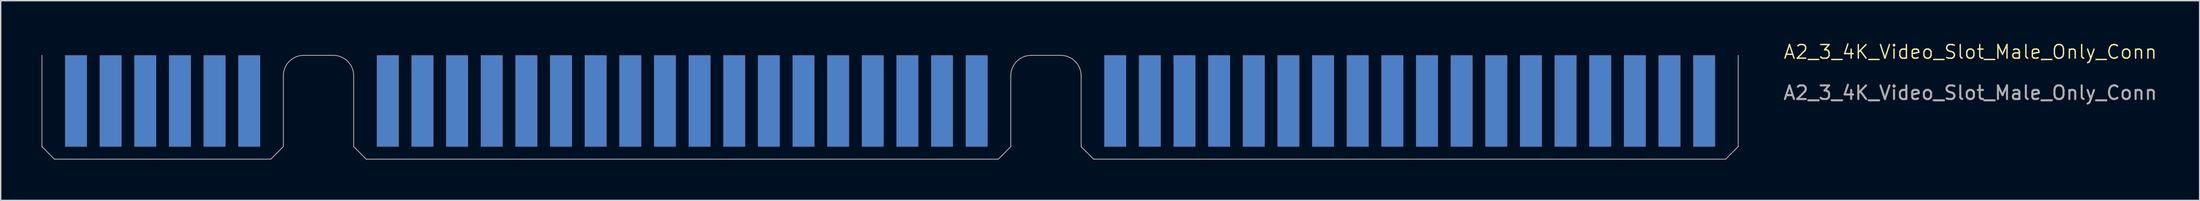
<source format=kicad_pcb>
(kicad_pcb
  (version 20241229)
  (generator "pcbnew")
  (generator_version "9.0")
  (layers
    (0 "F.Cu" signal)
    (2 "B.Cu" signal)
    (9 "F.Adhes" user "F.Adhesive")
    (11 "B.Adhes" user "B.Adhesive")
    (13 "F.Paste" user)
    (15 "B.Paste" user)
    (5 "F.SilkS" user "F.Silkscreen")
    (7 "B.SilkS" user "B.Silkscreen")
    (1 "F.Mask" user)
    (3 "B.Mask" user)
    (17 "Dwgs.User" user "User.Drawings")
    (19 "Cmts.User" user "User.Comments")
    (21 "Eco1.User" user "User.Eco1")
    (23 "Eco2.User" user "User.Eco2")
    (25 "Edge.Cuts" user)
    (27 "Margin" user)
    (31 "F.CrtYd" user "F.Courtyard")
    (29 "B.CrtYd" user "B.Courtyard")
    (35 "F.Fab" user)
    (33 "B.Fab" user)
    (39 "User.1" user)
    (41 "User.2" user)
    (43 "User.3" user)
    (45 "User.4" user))
  (footprint "A2_3_4K_Video_Slot_Male_Only_Conn"
    (layer "F.Cu")
    (at 141.425 1.26)
    (property "Reference" "A2_3_4K_Video_Slot_Male_Only_Conn" (at 0 -0.5 0) (unlocked yes) (layer "F.SilkS") (effects (font (size 1 1) (thickness 0.1))))
    (attr smd)
    (fp_line (start -141.4 6.45) (end -141.4 -0.25) (stroke (width 0.05) (type default)) (layer "Edge.Cuts"))
    (fp_line (start -140.481 7.37) (end -141.399 6.45) (stroke (width 0.05) (type default)) (layer "Edge.Cuts"))
    (fp_line (start -124.62 7.369) (end -123.701 6.45) (stroke (width 0.05) (type default)) (layer "Edge.Cuts"))
    (fp_line (start -124.62 7.37) (end -140.481 7.37) (stroke (width 0.05) (type default)) (layer "Edge.Cuts"))
    (fp_line (start -123.7 1.25) (end -123.7 6.45) (stroke (width 0.05) (type default)) (layer "Edge.Cuts"))
    (fp_line (start -120.041 -0.25) (end -122.199 -0.25) (stroke (width 0.05) (type default)) (layer "Edge.Cuts"))
    (fp_line (start -118.54 6.45) (end -118.54 1.25) (stroke (width 0.05) (type default)) (layer "Edge.Cuts"))
    (fp_line (start -117.621 7.369) (end -118.54 6.45) (stroke (width 0.05) (type default)) (layer "Edge.Cuts"))
    (fp_line (start -71.279 7.37) (end -117.621 7.37) (stroke (width 0.05) (type default)) (layer "Edge.Cuts"))
    (fp_line (start -71.279 7.37) (end -70.361 6.45) (stroke (width 0.05) (type default)) (layer "Edge.Cuts"))
    (fp_line (start -70.36 1.251) (end -70.36 6.45) (stroke (width 0.05) (type default)) (layer "Edge.Cuts"))
    (fp_line (start -66.701 -0.249) (end -68.859 -0.249) (stroke (width 0.05) (type default)) (layer "Edge.Cuts"))
    (fp_line (start -65.2 6.45) (end -65.2 1.251) (stroke (width 0.05) (type default)) (layer "Edge.Cuts"))
    (fp_line (start -64.281 7.37) (end -65.2 6.45) (stroke (width 0.05) (type default)) (layer "Edge.Cuts"))
    (fp_line (start -17.939 7.37) (end -64.281 7.37) (stroke (width 0.05) (type default)) (layer "Edge.Cuts"))
    (fp_line (start -17.939 7.37) (end -17.02 6.45) (stroke (width 0.05) (type default)) (layer "Edge.Cuts"))
    (fp_line (start -17.02 -0.25) (end -17.02 6.45) (stroke (width 0.05) (type default)) (layer "Edge.Cuts"))
    (fp_arc (start -123.69934 1.25) (mid -123.26 0.18934) (end -122.19934 -0.25) (stroke (width 0.05) (type default)) (layer "Edge.Cuts"))
    (fp_arc (start -120.04066 -0.25) (mid -118.98 0.18934) (end -118.54066 1.25) (stroke (width 0.05) (type default)) (layer "Edge.Cuts"))
    (fp_arc (start -70.35934 1.25066) (mid -69.92 0.19) (end -68.85934 -0.24934) (stroke (width 0.05) (type default)) (layer "Edge.Cuts"))
    (fp_arc (start -66.70066 -0.24934) (mid -65.64 0.19) (end -65.20066 1.25066) (stroke (width 0.05) (type default)) (layer "Edge.Cuts"))
    (fp_text user "${REFERENCE}" (at 0 2.5 0) (unlocked yes) (layer "F.Fab") (effects (font (size 1 1) (thickness 0.15))))
    (pad "F1" connect rect (at -72.86 3.1) (size 1.6 6.7) (layers "B.Cu" "B.Mask"))
    (pad "F2" connect rect (at -72.86 3.1) (size 1.6 6.7) (layers "F.Cu" "F.Mask"))
    (pad "F3" connect rect (at -75.4 3.1) (size 1.6 6.7) (layers "B.Cu" "B.Mask"))
    (pad "F4" connect rect (at -75.4 3.1) (size 1.6 6.7) (layers "F.Cu" "F.Mask"))
    (pad "F5" connect rect (at -77.94 3.1) (size 1.6 6.7) (layers "B.Cu" "B.Mask"))
    (pad "F6" connect rect (at -77.94 3.1) (size 1.6 6.7) (layers "F.Cu" "F.Mask"))
    (pad "F7" connect rect (at -80.48 3.1) (size 1.6 6.7) (layers "B.Cu" "B.Mask"))
    (pad "F8" connect rect (at -80.48 3.1) (size 1.6 6.7) (layers "F.Cu" "F.Mask"))
    (pad "F9" connect rect (at -83.02 3.1) (size 1.6 6.7) (layers "B.Cu" "B.Mask"))
    (pad "F10" connect rect (at -83.02 3.1) (size 1.6 6.7) (layers "F.Cu" "F.Mask"))
    (pad "F11" connect rect (at -85.56 3.1) (size 1.6 6.7) (layers "B.Cu" "B.Mask"))
    (pad "F12" connect rect (at -85.56 3.1) (size 1.6 6.7) (layers "F.Cu" "F.Mask"))
    (pad "F13" connect rect (at -88.1 3.1) (size 1.6 6.7) (layers "B.Cu" "B.Mask"))
    (pad "F14" connect rect (at -88.1 3.1) (size 1.6 6.7) (layers "F.Cu" "F.Mask"))
    (pad "F15" connect rect (at -90.64 3.1) (size 1.6 6.7) (layers "B.Cu" "B.Mask"))
    (pad "F16" connect rect (at -90.64 3.1) (size 1.6 6.7) (layers "F.Cu" "F.Mask"))
    (pad "F17" connect rect (at -93.18 3.1) (size 1.6 6.7) (layers "B.Cu" "B.Mask"))
    (pad "F18" connect rect (at -93.18 3.1) (size 1.6 6.7) (layers "F.Cu" "F.Mask"))
    (pad "F19" connect rect (at -95.72 3.1) (size 1.6 6.7) (layers "B.Cu" "B.Mask"))
    (pad "F20" connect rect (at -95.72 3.1) (size 1.6 6.7) (layers "F.Cu" "F.Mask"))
    (pad "F21" connect rect (at -98.26 3.1) (size 1.6 6.7) (layers "B.Cu" "B.Mask"))
    (pad "F22" connect rect (at -98.26 3.1) (size 1.6 6.7) (layers "F.Cu" "F.Mask"))
    (pad "F23" connect rect (at -100.8 3.1) (size 1.6 6.7) (layers "B.Cu" "B.Mask"))
    (pad "F24" connect rect (at -100.8 3.1) (size 1.6 6.7) (layers "F.Cu" "F.Mask"))
    (pad "F25" connect rect (at -103.34 3.1) (size 1.6 6.7) (layers "B.Cu" "B.Mask"))
    (pad "F26" connect rect (at -103.34 3.1) (size 1.6 6.7) (layers "F.Cu" "F.Mask"))
    (pad "F27" connect rect (at -105.88 3.1) (size 1.6 6.7) (layers "B.Cu" "B.Mask"))
    (pad "F28" connect rect (at -105.88 3.1) (size 1.6 6.7) (layers "F.Cu" "F.Mask"))
    (pad "F29" connect rect (at -108.42 3.1) (size 1.6 6.7) (layers "B.Cu" "B.Mask"))
    (pad "F30" connect rect (at -108.42 3.1) (size 1.6 6.7) (layers "F.Cu" "F.Mask"))
    (pad "F31" connect rect (at -110.96 3.1) (size 1.6 6.7) (layers "B.Cu" "B.Mask"))
    (pad "F32" connect rect (at -110.96 3.1) (size 1.6 6.7) (layers "F.Cu" "F.Mask"))
    (pad "F33" connect rect (at -113.5 3.1) (size 1.6 6.7) (layers "B.Cu" "B.Mask"))
    (pad "F34" connect rect (at -113.5 3.1) (size 1.6 6.7) (layers "F.Cu" "F.Mask"))
    (pad "F35" connect rect (at -116.04 3.1) (size 1.6 6.7) (layers "B.Cu" "B.Mask"))
    (pad "F36" connect rect (at -116.04 3.1) (size 1.6 6.7) (layers "F.Cu" "F.Mask"))
    (pad "F43" connect rect (at -126.2 3.1) (size 1.6 6.7) (layers "B.Cu" "B.Mask"))
    (pad "F44" connect rect (at -126.2 3.1) (size 1.6 6.7) (layers "F.Cu" "F.Mask"))
    (pad "F45" connect rect (at -128.74 3.1) (size 1.6 6.7) (layers "B.Cu" "B.Mask"))
    (pad "F46" connect rect (at -128.74 3.1) (size 1.6 6.7) (layers "F.Cu" "F.Mask"))
    (pad "F47" connect rect (at -131.28 3.1) (size 1.6 6.7) (layers "B.Cu" "B.Mask"))
    (pad "F48" connect rect (at -131.28 3.1) (size 1.6 6.7) (layers "F.Cu" "F.Mask"))
    (pad "F49" connect rect (at -133.82 3.1) (size 1.6 6.7) (layers "B.Cu" "B.Mask"))
    (pad "F50" connect rect (at -133.82 3.1) (size 1.6 6.7) (layers "F.Cu" "F.Mask"))
    (pad "F51" connect rect (at -136.36 3.1) (size 1.6 6.7) (layers "B.Cu" "B.Mask"))
    (pad "F52" connect rect (at -136.36 3.1) (size 1.6 6.7) (layers "F.Cu" "F.Mask"))
    (pad "F53" connect rect (at -138.9 3.1) (size 1.6 6.7) (layers "B.Cu" "B.Mask"))
    (pad "F54" connect rect (at -138.9 3.1) (size 1.6 6.7) (layers "F.Cu" "F.Mask"))
    (pad "R1" connect rect (at -19.52 3.1) (size 1.6 6.7) (layers "B.Cu" "B.Mask"))
    (pad "R2" connect rect (at -19.52 3.1) (size 1.6 6.7) (layers "F.Cu" "F.Mask"))
    (pad "R3" connect rect (at -22.06 3.1) (size 1.6 6.7) (layers "B.Cu" "B.Mask"))
    (pad "R4" connect rect (at -22.06 3.1) (size 1.6 6.7) (layers "F.Cu" "F.Mask"))
    (pad "R5" connect rect (at -24.6 3.1) (size 1.6 6.7) (layers "B.Cu" "B.Mask"))
    (pad "R6" connect rect (at -24.6 3.1) (size 1.6 6.7) (layers "F.Cu" "F.Mask"))
    (pad "R7" connect rect (at -27.14 3.1) (size 1.6 6.7) (layers "B.Cu" "B.Mask"))
    (pad "R8" connect rect (at -27.14 3.1) (size 1.6 6.7) (layers "F.Cu" "F.Mask"))
    (pad "R9" connect rect (at -29.68 3.1) (size 1.6 6.7) (layers "B.Cu" "B.Mask"))
    (pad "R10" connect rect (at -29.68 3.1) (size 1.6 6.7) (layers "F.Cu" "F.Mask"))
    (pad "R11" connect rect (at -32.22 3.1) (size 1.6 6.7) (layers "B.Cu" "B.Mask"))
    (pad "R12" connect rect (at -32.22 3.1) (size 1.6 6.7) (layers "F.Cu" "F.Mask"))
    (pad "R13" connect rect (at -34.76 3.1) (size 1.6 6.7) (layers "B.Cu" "B.Mask"))
    (pad "R14" connect rect (at -34.76 3.1) (size 1.6 6.7) (layers "F.Cu" "F.Mask"))
    (pad "R15" connect rect (at -37.3 3.1) (size 1.6 6.7) (layers "B.Cu" "B.Mask"))
    (pad "R16" connect rect (at -37.3 3.1) (size 1.6 6.7) (layers "F.Cu" "F.Mask"))
    (pad "R17" connect rect (at -39.84 3.1) (size 1.6 6.7) (layers "B.Cu" "B.Mask"))
    (pad "R18" connect rect (at -39.84 3.1) (size 1.6 6.7) (layers "F.Cu" "F.Mask"))
    (pad "R19" connect rect (at -42.38 3.1) (size 1.6 6.7) (layers "B.Cu" "B.Mask"))
    (pad "R20" connect rect (at -42.38 3.1) (size 1.6 6.7) (layers "F.Cu" "F.Mask"))
    (pad "R21" connect rect (at -44.92 3.1) (size 1.6 6.7) (layers "B.Cu" "B.Mask"))
    (pad "R22" connect rect (at -44.92 3.1) (size 1.6 6.7) (layers "F.Cu" "F.Mask"))
    (pad "R23" connect rect (at -47.46 3.1) (size 1.6 6.7) (layers "B.Cu" "B.Mask"))
    (pad "R24" connect rect (at -47.46 3.1) (size 1.6 6.7) (layers "F.Cu" "F.Mask"))
    (pad "R25" connect rect (at -50 3.1) (size 1.6 6.7) (layers "B.Cu" "B.Mask"))
    (pad "R26" connect rect (at -50 3.1) (size 1.6 6.7) (layers "F.Cu" "F.Mask"))
    (pad "R27" connect rect (at -52.54 3.1) (size 1.6 6.7) (layers "B.Cu" "B.Mask"))
    (pad "R28" connect rect (at -52.54 3.1) (size 1.6 6.7) (layers "F.Cu" "F.Mask"))
    (pad "R29" connect rect (at -55.08 3.1) (size 1.6 6.7) (layers "B.Cu" "B.Mask"))
    (pad "R30" connect rect (at -55.08 3.1) (size 1.6 6.7) (layers "F.Cu" "F.Mask"))
    (pad "R31" connect rect (at -57.62 3.1) (size 1.6 6.7) (layers "B.Cu" "B.Mask"))
    (pad "R32" connect rect (at -57.62 3.1) (size 1.6 6.7) (layers "F.Cu" "F.Mask"))
    (pad "R33" connect rect (at -60.16 3.1) (size 1.6 6.7) (layers "B.Cu" "B.Mask"))
    (pad "R34" connect rect (at -60.16 3.1) (size 1.6 6.7) (layers "F.Cu" "F.Mask"))
    (pad "R35" connect rect (at -62.7 3.1) (size 1.6 6.7) (layers "B.Cu" "B.Mask"))
    (pad "R36" connect rect (at -62.7 3.1) (size 1.6 6.7) (layers "F.Cu" "F.Mask")))
  (gr_rect
    (start -3 -3)
    (end 158.24 11.655)
    (stroke (width 0.1) (type default))
    (fill no)
    (layer "Edge.Cuts")))
</source>
